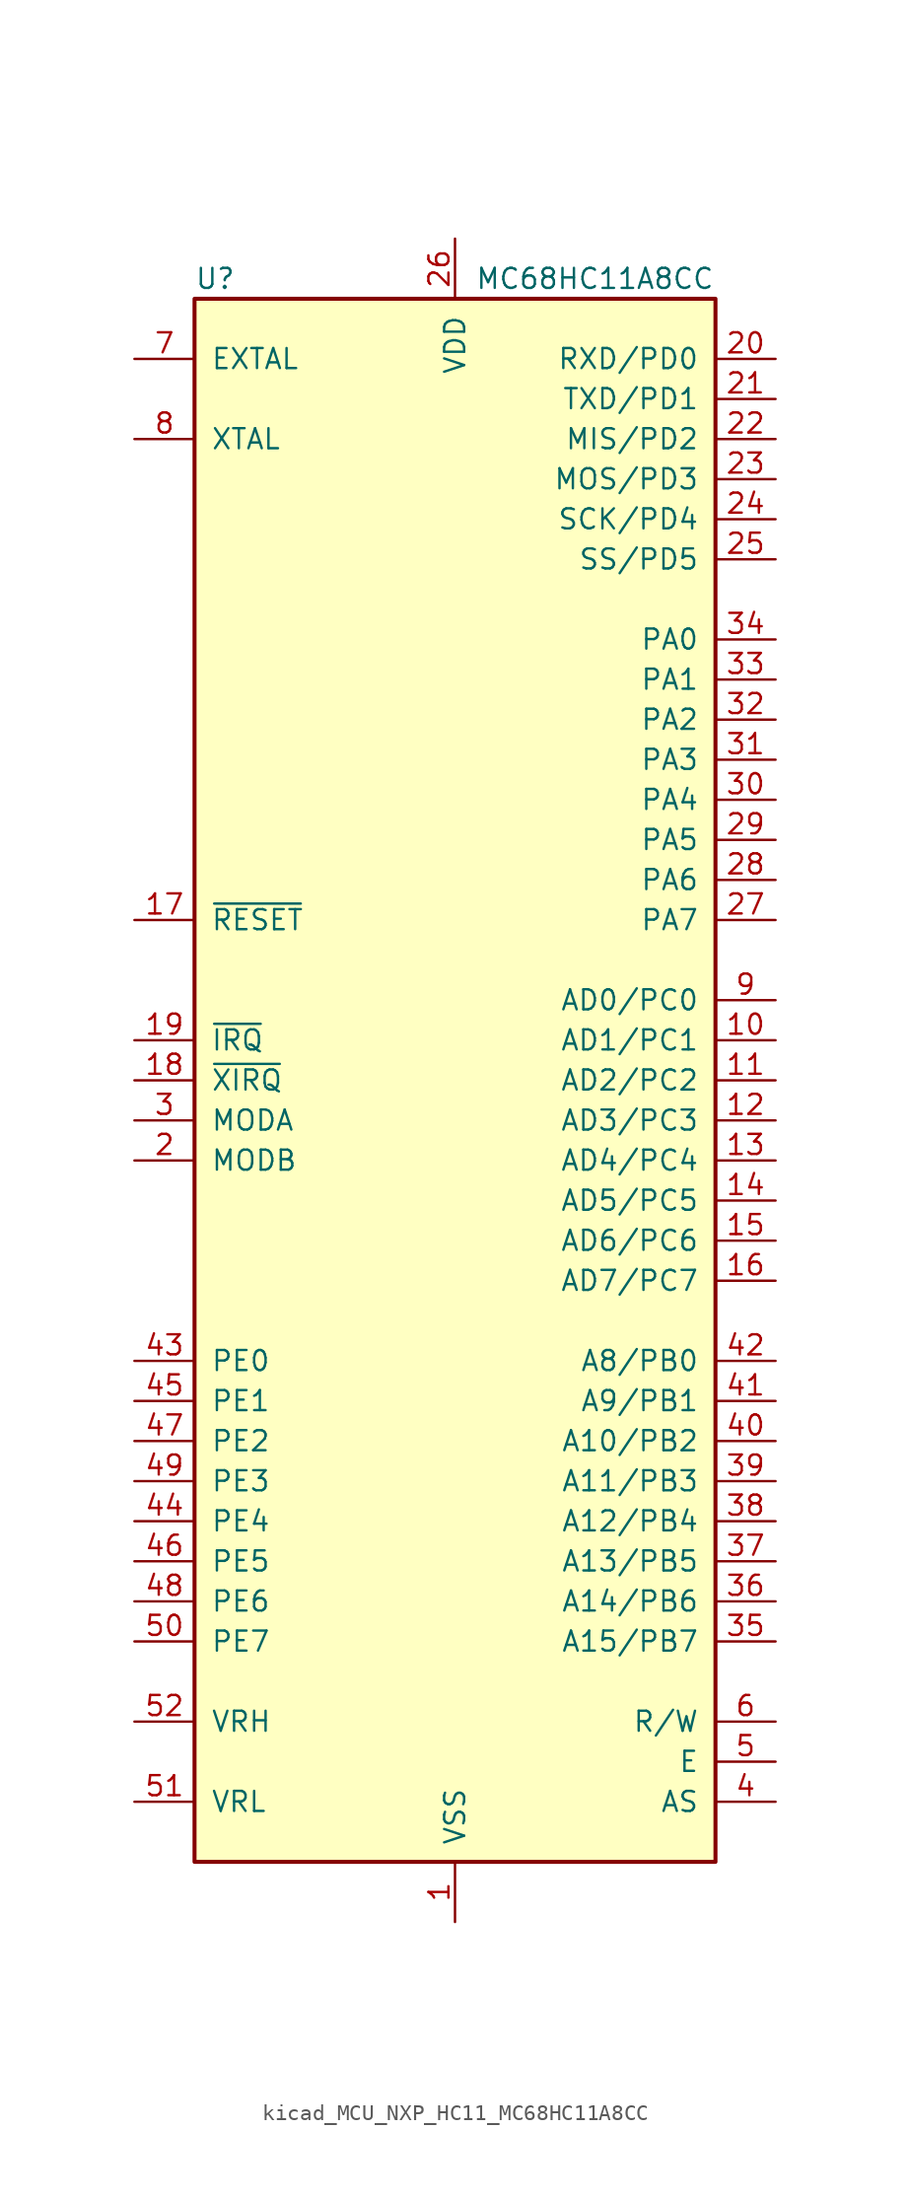
<source format=kicad_sym>
(kicad_symbol_lib
  (version 20220914)
  (generator kicad_symbol_editor)
  (symbol "kicad_MCU_NXP_HC11_MC68HC11A8CC"
    (pin_names
      (offset 1.016))
    (property "Reference" "U"
      (at -16.51 50.8 0)
      (effects (font (size 1.27 1.27)) (justify left)))
    (property "Value" "MC68HC11A8CC"
      (at 1.27 50.8 0)
      (effects (font (size 1.27 1.27)) (justify left)))
    (symbol "kicad_MCU_NXP_HC11_MC68HC11A8CC_0_1"
      (rectangle (start -16.51 49.53) (end 16.51 -49.53) (stroke (width 0.254) (type default)) (fill (type background))))
    (symbol "kicad_MCU_NXP_HC11_MC68HC11A8CC_1_1"
      (pin power_in line (at 0 -53.34 90) (length 3.81) (name "VSS" (effects (font (size 1.27 1.27)))) (number "1" (effects (font (size 1.27 1.27)))))
      (pin bidirectional line (at 20.32 2.54 180) (length 3.81) (name "AD1/PC1" (effects (font (size 1.27 1.27)))) (number "10" (effects (font (size 1.27 1.27)))))
      (pin bidirectional line (at 20.32 0 180) (length 3.81) (name "AD2/PC2" (effects (font (size 1.27 1.27)))) (number "11" (effects (font (size 1.27 1.27)))))
      (pin bidirectional line (at 20.32 -2.54 180) (length 3.81) (name "AD3/PC3" (effects (font (size 1.27 1.27)))) (number "12" (effects (font (size 1.27 1.27)))))
      (pin bidirectional line (at 20.32 -5.08 180) (length 3.81) (name "AD4/PC4" (effects (font (size 1.27 1.27)))) (number "13" (effects (font (size 1.27 1.27)))))
      (pin bidirectional line (at 20.32 -7.62 180) (length 3.81) (name "AD5/PC5" (effects (font (size 1.27 1.27)))) (number "14" (effects (font (size 1.27 1.27)))))
      (pin bidirectional line (at 20.32 -10.16 180) (length 3.81) (name "AD6/PC6" (effects (font (size 1.27 1.27)))) (number "15" (effects (font (size 1.27 1.27)))))
      (pin bidirectional line (at 20.32 -12.7 180) (length 3.81) (name "AD7/PC7" (effects (font (size 1.27 1.27)))) (number "16" (effects (font (size 1.27 1.27)))))
      (pin input line (at -20.32 10.16 0) (length 3.81) (name "~{RESET}" (effects (font (size 1.27 1.27)))) (number "17" (effects (font (size 1.27 1.27)))))
      (pin input line (at -20.32 0 0) (length 3.81) (name "~{XIRQ}" (effects (font (size 1.27 1.27)))) (number "18" (effects (font (size 1.27 1.27)))))
      (pin input line (at -20.32 2.54 0) (length 3.81) (name "~{IRQ}" (effects (font (size 1.27 1.27)))) (number "19" (effects (font (size 1.27 1.27)))))
      (pin input line (at -20.32 -5.08 0) (length 3.81) (name "MODB" (effects (font (size 1.27 1.27)))) (number "2" (effects (font (size 1.27 1.27)))))
      (pin bidirectional line (at 20.32 45.72 180) (length 3.81) (name "RXD/PD0" (effects (font (size 1.27 1.27)))) (number "20" (effects (font (size 1.27 1.27)))))
      (pin bidirectional line (at 20.32 43.18 180) (length 3.81) (name "TXD/PD1" (effects (font (size 1.27 1.27)))) (number "21" (effects (font (size 1.27 1.27)))))
      (pin bidirectional line (at 20.32 40.64 180) (length 3.81) (name "MIS/PD2" (effects (font (size 1.27 1.27)))) (number "22" (effects (font (size 1.27 1.27)))))
      (pin bidirectional line (at 20.32 38.1 180) (length 3.81) (name "MOS/PD3" (effects (font (size 1.27 1.27)))) (number "23" (effects (font (size 1.27 1.27)))))
      (pin bidirectional line (at 20.32 35.56 180) (length 3.81) (name "SCK/PD4" (effects (font (size 1.27 1.27)))) (number "24" (effects (font (size 1.27 1.27)))))
      (pin bidirectional line (at 20.32 33.02 180) (length 3.81) (name "SS/PD5" (effects (font (size 1.27 1.27)))) (number "25" (effects (font (size 1.27 1.27)))))
      (pin power_in line (at 0 53.34 270) (length 3.81) (name "VDD" (effects (font (size 1.27 1.27)))) (number "26" (effects (font (size 1.27 1.27)))))
      (pin bidirectional line (at 20.32 10.16 180) (length 3.81) (name "PA7" (effects (font (size 1.27 1.27)))) (number "27" (effects (font (size 1.27 1.27)))))
      (pin output line (at 20.32 12.7 180) (length 3.81) (name "PA6" (effects (font (size 1.27 1.27)))) (number "28" (effects (font (size 1.27 1.27)))))
      (pin output line (at 20.32 15.24 180) (length 3.81) (name "PA5" (effects (font (size 1.27 1.27)))) (number "29" (effects (font (size 1.27 1.27)))))
      (pin bidirectional line (at -20.32 -2.54 0) (length 3.81) (name "MODA" (effects (font (size 1.27 1.27)))) (number "3" (effects (font (size 1.27 1.27)))))
      (pin output line (at 20.32 17.78 180) (length 3.81) (name "PA4" (effects (font (size 1.27 1.27)))) (number "30" (effects (font (size 1.27 1.27)))))
      (pin output line (at 20.32 20.32 180) (length 3.81) (name "PA3" (effects (font (size 1.27 1.27)))) (number "31" (effects (font (size 1.27 1.27)))))
      (pin input line (at 20.32 22.86 180) (length 3.81) (name "PA2" (effects (font (size 1.27 1.27)))) (number "32" (effects (font (size 1.27 1.27)))))
      (pin input line (at 20.32 25.4 180) (length 3.81) (name "PA1" (effects (font (size 1.27 1.27)))) (number "33" (effects (font (size 1.27 1.27)))))
      (pin input line (at 20.32 27.94 180) (length 3.81) (name "PA0" (effects (font (size 1.27 1.27)))) (number "34" (effects (font (size 1.27 1.27)))))
      (pin output line (at 20.32 -35.56 180) (length 3.81) (name "A15/PB7" (effects (font (size 1.27 1.27)))) (number "35" (effects (font (size 1.27 1.27)))))
      (pin output line (at 20.32 -33.02 180) (length 3.81) (name "A14/PB6" (effects (font (size 1.27 1.27)))) (number "36" (effects (font (size 1.27 1.27)))))
      (pin output line (at 20.32 -30.48 180) (length 3.81) (name "A13/PB5" (effects (font (size 1.27 1.27)))) (number "37" (effects (font (size 1.27 1.27)))))
      (pin output line (at 20.32 -27.94 180) (length 3.81) (name "A12/PB4" (effects (font (size 1.27 1.27)))) (number "38" (effects (font (size 1.27 1.27)))))
      (pin output line (at 20.32 -25.4 180) (length 3.81) (name "A11/PB3" (effects (font (size 1.27 1.27)))) (number "39" (effects (font (size 1.27 1.27)))))
      (pin output line (at 20.32 -45.72 180) (length 3.81) (name "AS" (effects (font (size 1.27 1.27)))) (number "4" (effects (font (size 1.27 1.27)))))
      (pin output line (at 20.32 -22.86 180) (length 3.81) (name "A10/PB2" (effects (font (size 1.27 1.27)))) (number "40" (effects (font (size 1.27 1.27)))))
      (pin output line (at 20.32 -20.32 180) (length 3.81) (name "A9/PB1" (effects (font (size 1.27 1.27)))) (number "41" (effects (font (size 1.27 1.27)))))
      (pin output line (at 20.32 -17.78 180) (length 3.81) (name "A8/PB0" (effects (font (size 1.27 1.27)))) (number "42" (effects (font (size 1.27 1.27)))))
      (pin input line (at -20.32 -17.78 0) (length 3.81) (name "PE0" (effects (font (size 1.27 1.27)))) (number "43" (effects (font (size 1.27 1.27)))))
      (pin input line (at -20.32 -27.94 0) (length 3.81) (name "PE4" (effects (font (size 1.27 1.27)))) (number "44" (effects (font (size 1.27 1.27)))))
      (pin input line (at -20.32 -20.32 0) (length 3.81) (name "PE1" (effects (font (size 1.27 1.27)))) (number "45" (effects (font (size 1.27 1.27)))))
      (pin input line (at -20.32 -30.48 0) (length 3.81) (name "PE5" (effects (font (size 1.27 1.27)))) (number "46" (effects (font (size 1.27 1.27)))))
      (pin input line (at -20.32 -22.86 0) (length 3.81) (name "PE2" (effects (font (size 1.27 1.27)))) (number "47" (effects (font (size 1.27 1.27)))))
      (pin input line (at -20.32 -33.02 0) (length 3.81) (name "PE6" (effects (font (size 1.27 1.27)))) (number "48" (effects (font (size 1.27 1.27)))))
      (pin input line (at -20.32 -25.4 0) (length 3.81) (name "PE3" (effects (font (size 1.27 1.27)))) (number "49" (effects (font (size 1.27 1.27)))))
      (pin output line (at 20.32 -43.18 180) (length 3.81) (name "E" (effects (font (size 1.27 1.27)))) (number "5" (effects (font (size 1.27 1.27)))))
      (pin input line (at -20.32 -35.56 0) (length 3.81) (name "PE7" (effects (font (size 1.27 1.27)))) (number "50" (effects (font (size 1.27 1.27)))))
      (pin input line (at -20.32 -45.72 0) (length 3.81) (name "VRL" (effects (font (size 1.27 1.27)))) (number "51" (effects (font (size 1.27 1.27)))))
      (pin input line (at -20.32 -40.64 0) (length 3.81) (name "VRH" (effects (font (size 1.27 1.27)))) (number "52" (effects (font (size 1.27 1.27)))))
      (pin output line (at 20.32 -40.64 180) (length 3.81) (name "R/W" (effects (font (size 1.27 1.27)))) (number "6" (effects (font (size 1.27 1.27)))))
      (pin input line (at -20.32 45.72 0) (length 3.81) (name "EXTAL" (effects (font (size 1.27 1.27)))) (number "7" (effects (font (size 1.27 1.27)))))
      (pin output line (at -20.32 40.64 0) (length 3.81) (name "XTAL" (effects (font (size 1.27 1.27)))) (number "8" (effects (font (size 1.27 1.27)))))
      (pin bidirectional line (at 20.32 5.08 180) (length 3.81) (name "AD0/PC0" (effects (font (size 1.27 1.27)))) (number "9" (effects (font (size 1.27 1.27))))))))
</source>
